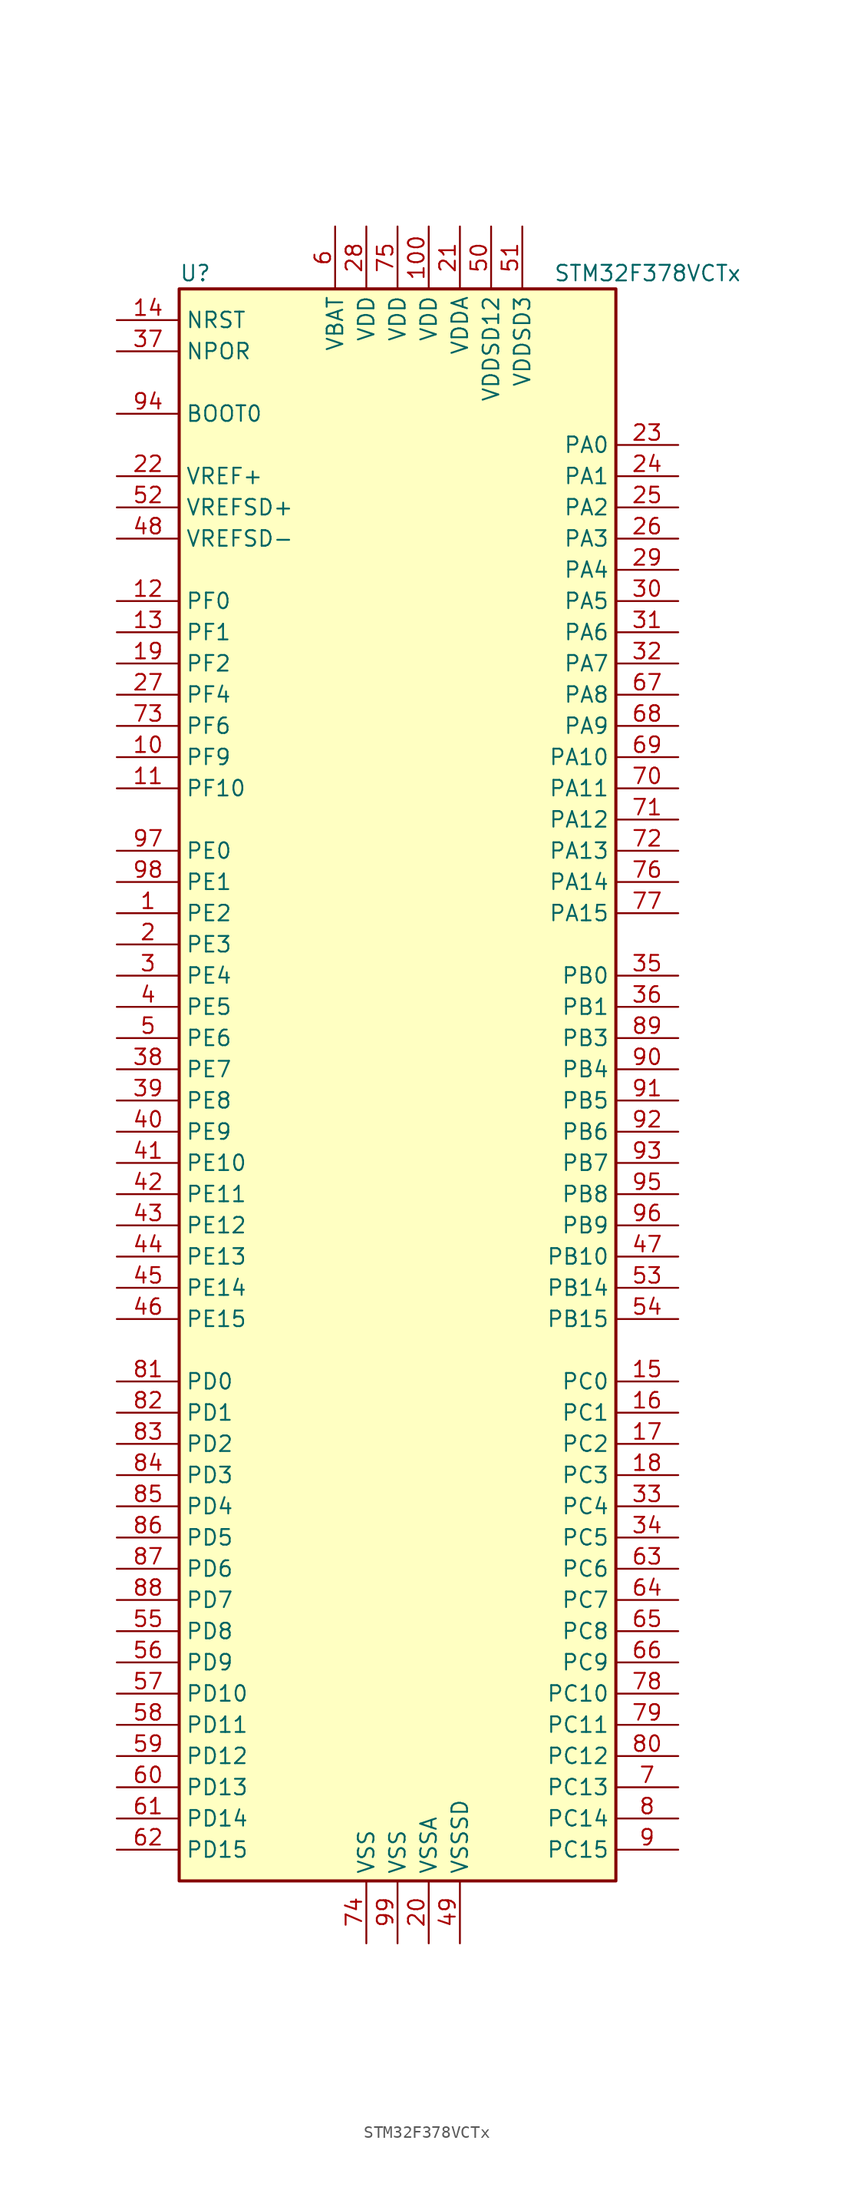
<source format=kicad_sym>
(kicad_symbol_lib
  (version 20211014)
  (generator kicad_symbol_editor)
  (symbol "STM32F378VCTx"
    (property "Reference" "U"
      (at -17.78 64.77 0)
      (effects (font (size 1.27 1.27)) (justify left)))
    (property "Value" "STM32F378VCTx"
      (at 12.7 64.77 0)
      (effects (font (size 1.27 1.27)) (justify left)))
    (symbol "STM32F378VCTx_0_1"
      (rectangle (start -17.78 -66.04) (end 17.78 63.5) (stroke (width 0.254) (type default) (color 0 0 0 0)) (fill (type background))))
    (symbol "STM32F378VCTx_1_1"
      (pin bidirectional line (at -22.86 12.7 0) (length 5.08) (name "PE2" (effects (font (size 1.27 1.27)))) (number "1" (effects (font (size 1.27 1.27)))))
      (pin bidirectional line (at -22.86 25.4 0) (length 5.08) (name "PF9" (effects (font (size 1.27 1.27)))) (number "10" (effects (font (size 1.27 1.27)))))
      (pin power_in line (at 2.54 68.58 270) (length 5.08) (name "VDD" (effects (font (size 1.27 1.27)))) (number "100" (effects (font (size 1.27 1.27)))))
      (pin bidirectional line (at -22.86 22.86 0) (length 5.08) (name "PF10" (effects (font (size 1.27 1.27)))) (number "11" (effects (font (size 1.27 1.27)))))
      (pin input line (at -22.86 38.1 0) (length 5.08) (name "PF0" (effects (font (size 1.27 1.27)))) (number "12" (effects (font (size 1.27 1.27)))))
      (pin input line (at -22.86 35.56 0) (length 5.08) (name "PF1" (effects (font (size 1.27 1.27)))) (number "13" (effects (font (size 1.27 1.27)))))
      (pin input line (at -22.86 60.96 0) (length 5.08) (name "NRST" (effects (font (size 1.27 1.27)))) (number "14" (effects (font (size 1.27 1.27)))))
      (pin bidirectional line (at 22.86 -25.4 180) (length 5.08) (name "PC0" (effects (font (size 1.27 1.27)))) (number "15" (effects (font (size 1.27 1.27)))))
      (pin bidirectional line (at 22.86 -27.94 180) (length 5.08) (name "PC1" (effects (font (size 1.27 1.27)))) (number "16" (effects (font (size 1.27 1.27)))))
      (pin bidirectional line (at 22.86 -30.48 180) (length 5.08) (name "PC2" (effects (font (size 1.27 1.27)))) (number "17" (effects (font (size 1.27 1.27)))))
      (pin bidirectional line (at 22.86 -33.02 180) (length 5.08) (name "PC3" (effects (font (size 1.27 1.27)))) (number "18" (effects (font (size 1.27 1.27)))))
      (pin bidirectional line (at -22.86 33.02 0) (length 5.08) (name "PF2" (effects (font (size 1.27 1.27)))) (number "19" (effects (font (size 1.27 1.27)))))
      (pin bidirectional line (at -22.86 10.16 0) (length 5.08) (name "PE3" (effects (font (size 1.27 1.27)))) (number "2" (effects (font (size 1.27 1.27)))))
      (pin power_in line (at 2.54 -71.12 90) (length 5.08) (name "VSSA" (effects (font (size 1.27 1.27)))) (number "20" (effects (font (size 1.27 1.27)))))
      (pin power_in line (at 5.08 68.58 270) (length 5.08) (name "VDDA" (effects (font (size 1.27 1.27)))) (number "21" (effects (font (size 1.27 1.27)))))
      (pin power_in line (at -22.86 48.26 0) (length 5.08) (name "VREF+" (effects (font (size 1.27 1.27)))) (number "22" (effects (font (size 1.27 1.27)))))
      (pin bidirectional line (at 22.86 50.8 180) (length 5.08) (name "PA0" (effects (font (size 1.27 1.27)))) (number "23" (effects (font (size 1.27 1.27)))))
      (pin bidirectional line (at 22.86 48.26 180) (length 5.08) (name "PA1" (effects (font (size 1.27 1.27)))) (number "24" (effects (font (size 1.27 1.27)))))
      (pin bidirectional line (at 22.86 45.72 180) (length 5.08) (name "PA2" (effects (font (size 1.27 1.27)))) (number "25" (effects (font (size 1.27 1.27)))))
      (pin bidirectional line (at 22.86 43.18 180) (length 5.08) (name "PA3" (effects (font (size 1.27 1.27)))) (number "26" (effects (font (size 1.27 1.27)))))
      (pin bidirectional line (at -22.86 30.48 0) (length 5.08) (name "PF4" (effects (font (size 1.27 1.27)))) (number "27" (effects (font (size 1.27 1.27)))))
      (pin power_in line (at -2.54 68.58 270) (length 5.08) (name "VDD" (effects (font (size 1.27 1.27)))) (number "28" (effects (font (size 1.27 1.27)))))
      (pin bidirectional line (at 22.86 40.64 180) (length 5.08) (name "PA4" (effects (font (size 1.27 1.27)))) (number "29" (effects (font (size 1.27 1.27)))))
      (pin bidirectional line (at -22.86 7.62 0) (length 5.08) (name "PE4" (effects (font (size 1.27 1.27)))) (number "3" (effects (font (size 1.27 1.27)))))
      (pin bidirectional line (at 22.86 38.1 180) (length 5.08) (name "PA5" (effects (font (size 1.27 1.27)))) (number "30" (effects (font (size 1.27 1.27)))))
      (pin bidirectional line (at 22.86 35.56 180) (length 5.08) (name "PA6" (effects (font (size 1.27 1.27)))) (number "31" (effects (font (size 1.27 1.27)))))
      (pin bidirectional line (at 22.86 33.02 180) (length 5.08) (name "PA7" (effects (font (size 1.27 1.27)))) (number "32" (effects (font (size 1.27 1.27)))))
      (pin bidirectional line (at 22.86 -35.56 180) (length 5.08) (name "PC4" (effects (font (size 1.27 1.27)))) (number "33" (effects (font (size 1.27 1.27)))))
      (pin bidirectional line (at 22.86 -38.1 180) (length 5.08) (name "PC5" (effects (font (size 1.27 1.27)))) (number "34" (effects (font (size 1.27 1.27)))))
      (pin bidirectional line (at 22.86 7.62 180) (length 5.08) (name "PB0" (effects (font (size 1.27 1.27)))) (number "35" (effects (font (size 1.27 1.27)))))
      (pin bidirectional line (at 22.86 5.08 180) (length 5.08) (name "PB1" (effects (font (size 1.27 1.27)))) (number "36" (effects (font (size 1.27 1.27)))))
      (pin input line (at -22.86 58.42 0) (length 5.08) (name "NPOR" (effects (font (size 1.27 1.27)))) (number "37" (effects (font (size 1.27 1.27)))))
      (pin bidirectional line (at -22.86 0 0) (length 5.08) (name "PE7" (effects (font (size 1.27 1.27)))) (number "38" (effects (font (size 1.27 1.27)))))
      (pin bidirectional line (at -22.86 -2.54 0) (length 5.08) (name "PE8" (effects (font (size 1.27 1.27)))) (number "39" (effects (font (size 1.27 1.27)))))
      (pin bidirectional line (at -22.86 5.08 0) (length 5.08) (name "PE5" (effects (font (size 1.27 1.27)))) (number "4" (effects (font (size 1.27 1.27)))))
      (pin bidirectional line (at -22.86 -5.08 0) (length 5.08) (name "PE9" (effects (font (size 1.27 1.27)))) (number "40" (effects (font (size 1.27 1.27)))))
      (pin bidirectional line (at -22.86 -7.62 0) (length 5.08) (name "PE10" (effects (font (size 1.27 1.27)))) (number "41" (effects (font (size 1.27 1.27)))))
      (pin bidirectional line (at -22.86 -10.16 0) (length 5.08) (name "PE11" (effects (font (size 1.27 1.27)))) (number "42" (effects (font (size 1.27 1.27)))))
      (pin bidirectional line (at -22.86 -12.7 0) (length 5.08) (name "PE12" (effects (font (size 1.27 1.27)))) (number "43" (effects (font (size 1.27 1.27)))))
      (pin bidirectional line (at -22.86 -15.24 0) (length 5.08) (name "PE13" (effects (font (size 1.27 1.27)))) (number "44" (effects (font (size 1.27 1.27)))))
      (pin bidirectional line (at -22.86 -17.78 0) (length 5.08) (name "PE14" (effects (font (size 1.27 1.27)))) (number "45" (effects (font (size 1.27 1.27)))))
      (pin bidirectional line (at -22.86 -20.32 0) (length 5.08) (name "PE15" (effects (font (size 1.27 1.27)))) (number "46" (effects (font (size 1.27 1.27)))))
      (pin bidirectional line (at 22.86 -15.24 180) (length 5.08) (name "PB10" (effects (font (size 1.27 1.27)))) (number "47" (effects (font (size 1.27 1.27)))))
      (pin power_in line (at -22.86 43.18 0) (length 5.08) (name "VREFSD-" (effects (font (size 1.27 1.27)))) (number "48" (effects (font (size 1.27 1.27)))))
      (pin power_in line (at 5.08 -71.12 90) (length 5.08) (name "VSSSD" (effects (font (size 1.27 1.27)))) (number "49" (effects (font (size 1.27 1.27)))))
      (pin bidirectional line (at -22.86 2.54 0) (length 5.08) (name "PE6" (effects (font (size 1.27 1.27)))) (number "5" (effects (font (size 1.27 1.27)))))
      (pin power_in line (at 7.62 68.58 270) (length 5.08) (name "VDDSD12" (effects (font (size 1.27 1.27)))) (number "50" (effects (font (size 1.27 1.27)))))
      (pin power_in line (at 10.16 68.58 270) (length 5.08) (name "VDDSD3" (effects (font (size 1.27 1.27)))) (number "51" (effects (font (size 1.27 1.27)))))
      (pin power_in line (at -22.86 45.72 0) (length 5.08) (name "VREFSD+" (effects (font (size 1.27 1.27)))) (number "52" (effects (font (size 1.27 1.27)))))
      (pin bidirectional line (at 22.86 -17.78 180) (length 5.08) (name "PB14" (effects (font (size 1.27 1.27)))) (number "53" (effects (font (size 1.27 1.27)))))
      (pin bidirectional line (at 22.86 -20.32 180) (length 5.08) (name "PB15" (effects (font (size 1.27 1.27)))) (number "54" (effects (font (size 1.27 1.27)))))
      (pin bidirectional line (at -22.86 -45.72 0) (length 5.08) (name "PD8" (effects (font (size 1.27 1.27)))) (number "55" (effects (font (size 1.27 1.27)))))
      (pin bidirectional line (at -22.86 -48.26 0) (length 5.08) (name "PD9" (effects (font (size 1.27 1.27)))) (number "56" (effects (font (size 1.27 1.27)))))
      (pin bidirectional line (at -22.86 -50.8 0) (length 5.08) (name "PD10" (effects (font (size 1.27 1.27)))) (number "57" (effects (font (size 1.27 1.27)))))
      (pin bidirectional line (at -22.86 -53.34 0) (length 5.08) (name "PD11" (effects (font (size 1.27 1.27)))) (number "58" (effects (font (size 1.27 1.27)))))
      (pin bidirectional line (at -22.86 -55.88 0) (length 5.08) (name "PD12" (effects (font (size 1.27 1.27)))) (number "59" (effects (font (size 1.27 1.27)))))
      (pin power_in line (at -5.08 68.58 270) (length 5.08) (name "VBAT" (effects (font (size 1.27 1.27)))) (number "6" (effects (font (size 1.27 1.27)))))
      (pin bidirectional line (at -22.86 -58.42 0) (length 5.08) (name "PD13" (effects (font (size 1.27 1.27)))) (number "60" (effects (font (size 1.27 1.27)))))
      (pin bidirectional line (at -22.86 -60.96 0) (length 5.08) (name "PD14" (effects (font (size 1.27 1.27)))) (number "61" (effects (font (size 1.27 1.27)))))
      (pin bidirectional line (at -22.86 -63.5 0) (length 5.08) (name "PD15" (effects (font (size 1.27 1.27)))) (number "62" (effects (font (size 1.27 1.27)))))
      (pin bidirectional line (at 22.86 -40.64 180) (length 5.08) (name "PC6" (effects (font (size 1.27 1.27)))) (number "63" (effects (font (size 1.27 1.27)))))
      (pin bidirectional line (at 22.86 -43.18 180) (length 5.08) (name "PC7" (effects (font (size 1.27 1.27)))) (number "64" (effects (font (size 1.27 1.27)))))
      (pin bidirectional line (at 22.86 -45.72 180) (length 5.08) (name "PC8" (effects (font (size 1.27 1.27)))) (number "65" (effects (font (size 1.27 1.27)))))
      (pin bidirectional line (at 22.86 -48.26 180) (length 5.08) (name "PC9" (effects (font (size 1.27 1.27)))) (number "66" (effects (font (size 1.27 1.27)))))
      (pin bidirectional line (at 22.86 30.48 180) (length 5.08) (name "PA8" (effects (font (size 1.27 1.27)))) (number "67" (effects (font (size 1.27 1.27)))))
      (pin bidirectional line (at 22.86 27.94 180) (length 5.08) (name "PA9" (effects (font (size 1.27 1.27)))) (number "68" (effects (font (size 1.27 1.27)))))
      (pin bidirectional line (at 22.86 25.4 180) (length 5.08) (name "PA10" (effects (font (size 1.27 1.27)))) (number "69" (effects (font (size 1.27 1.27)))))
      (pin bidirectional line (at 22.86 -58.42 180) (length 5.08) (name "PC13" (effects (font (size 1.27 1.27)))) (number "7" (effects (font (size 1.27 1.27)))))
      (pin bidirectional line (at 22.86 22.86 180) (length 5.08) (name "PA11" (effects (font (size 1.27 1.27)))) (number "70" (effects (font (size 1.27 1.27)))))
      (pin bidirectional line (at 22.86 20.32 180) (length 5.08) (name "PA12" (effects (font (size 1.27 1.27)))) (number "71" (effects (font (size 1.27 1.27)))))
      (pin bidirectional line (at 22.86 17.78 180) (length 5.08) (name "PA13" (effects (font (size 1.27 1.27)))) (number "72" (effects (font (size 1.27 1.27)))))
      (pin bidirectional line (at -22.86 27.94 0) (length 5.08) (name "PF6" (effects (font (size 1.27 1.27)))) (number "73" (effects (font (size 1.27 1.27)))))
      (pin power_in line (at -2.54 -71.12 90) (length 5.08) (name "VSS" (effects (font (size 1.27 1.27)))) (number "74" (effects (font (size 1.27 1.27)))))
      (pin power_in line (at 0 68.58 270) (length 5.08) (name "VDD" (effects (font (size 1.27 1.27)))) (number "75" (effects (font (size 1.27 1.27)))))
      (pin bidirectional line (at 22.86 15.24 180) (length 5.08) (name "PA14" (effects (font (size 1.27 1.27)))) (number "76" (effects (font (size 1.27 1.27)))))
      (pin bidirectional line (at 22.86 12.7 180) (length 5.08) (name "PA15" (effects (font (size 1.27 1.27)))) (number "77" (effects (font (size 1.27 1.27)))))
      (pin bidirectional line (at 22.86 -50.8 180) (length 5.08) (name "PC10" (effects (font (size 1.27 1.27)))) (number "78" (effects (font (size 1.27 1.27)))))
      (pin bidirectional line (at 22.86 -53.34 180) (length 5.08) (name "PC11" (effects (font (size 1.27 1.27)))) (number "79" (effects (font (size 1.27 1.27)))))
      (pin bidirectional line (at 22.86 -60.96 180) (length 5.08) (name "PC14" (effects (font (size 1.27 1.27)))) (number "8" (effects (font (size 1.27 1.27)))))
      (pin bidirectional line (at 22.86 -55.88 180) (length 5.08) (name "PC12" (effects (font (size 1.27 1.27)))) (number "80" (effects (font (size 1.27 1.27)))))
      (pin bidirectional line (at -22.86 -25.4 0) (length 5.08) (name "PD0" (effects (font (size 1.27 1.27)))) (number "81" (effects (font (size 1.27 1.27)))))
      (pin bidirectional line (at -22.86 -27.94 0) (length 5.08) (name "PD1" (effects (font (size 1.27 1.27)))) (number "82" (effects (font (size 1.27 1.27)))))
      (pin bidirectional line (at -22.86 -30.48 0) (length 5.08) (name "PD2" (effects (font (size 1.27 1.27)))) (number "83" (effects (font (size 1.27 1.27)))))
      (pin bidirectional line (at -22.86 -33.02 0) (length 5.08) (name "PD3" (effects (font (size 1.27 1.27)))) (number "84" (effects (font (size 1.27 1.27)))))
      (pin bidirectional line (at -22.86 -35.56 0) (length 5.08) (name "PD4" (effects (font (size 1.27 1.27)))) (number "85" (effects (font (size 1.27 1.27)))))
      (pin bidirectional line (at -22.86 -38.1 0) (length 5.08) (name "PD5" (effects (font (size 1.27 1.27)))) (number "86" (effects (font (size 1.27 1.27)))))
      (pin bidirectional line (at -22.86 -40.64 0) (length 5.08) (name "PD6" (effects (font (size 1.27 1.27)))) (number "87" (effects (font (size 1.27 1.27)))))
      (pin bidirectional line (at -22.86 -43.18 0) (length 5.08) (name "PD7" (effects (font (size 1.27 1.27)))) (number "88" (effects (font (size 1.27 1.27)))))
      (pin bidirectional line (at 22.86 2.54 180) (length 5.08) (name "PB3" (effects (font (size 1.27 1.27)))) (number "89" (effects (font (size 1.27 1.27)))))
      (pin bidirectional line (at 22.86 -63.5 180) (length 5.08) (name "PC15" (effects (font (size 1.27 1.27)))) (number "9" (effects (font (size 1.27 1.27)))))
      (pin bidirectional line (at 22.86 0 180) (length 5.08) (name "PB4" (effects (font (size 1.27 1.27)))) (number "90" (effects (font (size 1.27 1.27)))))
      (pin bidirectional line (at 22.86 -2.54 180) (length 5.08) (name "PB5" (effects (font (size 1.27 1.27)))) (number "91" (effects (font (size 1.27 1.27)))))
      (pin bidirectional line (at 22.86 -5.08 180) (length 5.08) (name "PB6" (effects (font (size 1.27 1.27)))) (number "92" (effects (font (size 1.27 1.27)))))
      (pin bidirectional line (at 22.86 -7.62 180) (length 5.08) (name "PB7" (effects (font (size 1.27 1.27)))) (number "93" (effects (font (size 1.27 1.27)))))
      (pin input line (at -22.86 53.34 0) (length 5.08) (name "BOOT0" (effects (font (size 1.27 1.27)))) (number "94" (effects (font (size 1.27 1.27)))))
      (pin bidirectional line (at 22.86 -10.16 180) (length 5.08) (name "PB8" (effects (font (size 1.27 1.27)))) (number "95" (effects (font (size 1.27 1.27)))))
      (pin bidirectional line (at 22.86 -12.7 180) (length 5.08) (name "PB9" (effects (font (size 1.27 1.27)))) (number "96" (effects (font (size 1.27 1.27)))))
      (pin bidirectional line (at -22.86 17.78 0) (length 5.08) (name "PE0" (effects (font (size 1.27 1.27)))) (number "97" (effects (font (size 1.27 1.27)))))
      (pin bidirectional line (at -22.86 15.24 0) (length 5.08) (name "PE1" (effects (font (size 1.27 1.27)))) (number "98" (effects (font (size 1.27 1.27)))))
      (pin power_in line (at 0 -71.12 90) (length 5.08) (name "VSS" (effects (font (size 1.27 1.27)))) (number "99" (effects (font (size 1.27 1.27))))))))
</source>
